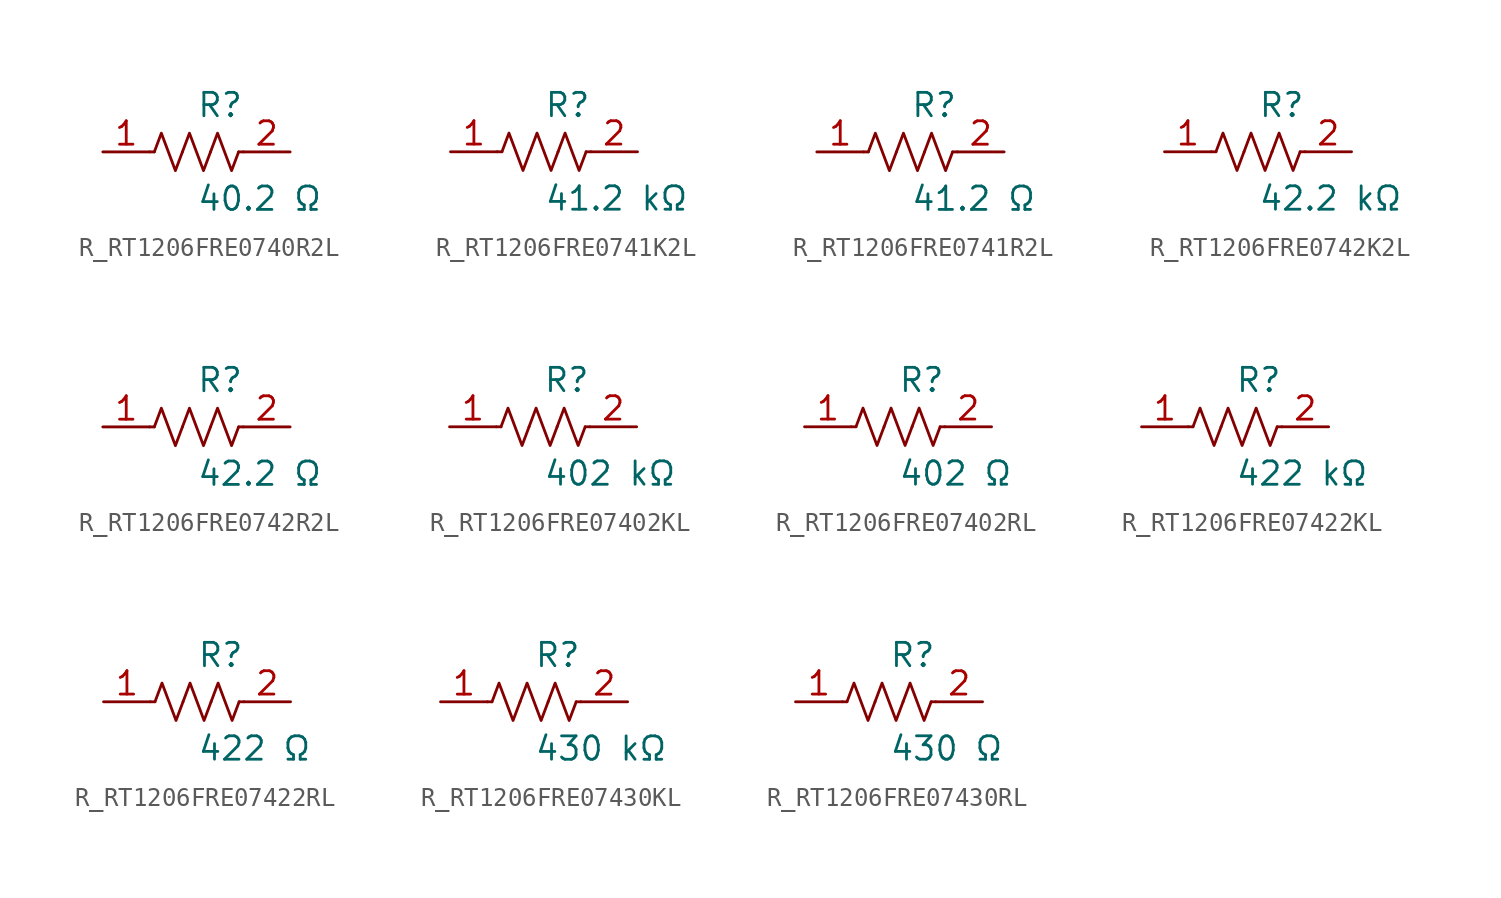
<source format=kicad_sym>
(kicad_symbol_lib
  (version 20231120)
  (generator kicad_symbol_editor)
  (generator_version 8.0)
  (symbol "R_RT1206FRE0740R2L"
    (pin_names
      (offset 0.254))
    (property "Reference" "R"
      (at 0 2.54 0)
      (effects (font (size 1.27 1.27)) (justify left)))
    (property "Value" "40.2 Ω"
      (at 0 -2.54 0)
      (effects (font (size 1.27 1.27)) (justify left)))
    (symbol "R_RT1206FRE0740R2L_0_1"
      (polyline (pts (xy 2.286 0) (xy 2.54 0)) (stroke (width 0) (type default)) (fill (type none)))
      (polyline (pts (xy -2.286 0) (xy -2.54 0)) (stroke (width 0) (type default)) (fill (type none)))
      (polyline (pts (xy 0.762 0) (xy 1.143 1.016) (xy 1.524 0) (xy 1.905 -1.016) (xy 2.286 0)) (stroke (width 0) (type default)) (fill (type none)))
      (polyline (pts (xy -0.762 0) (xy -0.381 1.016) (xy 0 0) (xy 0.381 -1.016) (xy 0.762 0)) (stroke (width 0) (type default)) (fill (type none)))
      (polyline (pts (xy -2.286 0) (xy -1.905 1.016) (xy -1.524 0) (xy -1.143 -1.016) (xy -0.762 0)) (stroke (width 0) (type default)) (fill (type none))))
    (pin unspecified line
      (at -5.08 0 0)
      (length 2.54)
      (name "" (effects (font (size 1.27 1.27))))
      (number "1" (effects (font (size 1.27 1.27)))))
    (pin unspecified line
      (at 5.08 0 180)
      (length 2.54)
      (name "" (effects (font (size 1.27 1.27))))
      (number "2" (effects (font (size 1.27 1.27))))))
  (symbol "R_RT1206FRE0741K2L"
    (pin_names
      (offset 0.254))
    (property "Reference" "R"
      (at 0 2.54 0)
      (effects (font (size 1.27 1.27)) (justify left)))
    (property "Value" "41.2 kΩ"
      (at 0 -2.54 0)
      (effects (font (size 1.27 1.27)) (justify left)))
    (symbol "R_RT1206FRE0741K2L_0_1"
      (polyline (pts (xy 2.286 0) (xy 2.54 0)) (stroke (width 0) (type default)) (fill (type none)))
      (polyline (pts (xy -2.286 0) (xy -2.54 0)) (stroke (width 0) (type default)) (fill (type none)))
      (polyline (pts (xy 0.762 0) (xy 1.143 1.016) (xy 1.524 0) (xy 1.905 -1.016) (xy 2.286 0)) (stroke (width 0) (type default)) (fill (type none)))
      (polyline (pts (xy -0.762 0) (xy -0.381 1.016) (xy 0 0) (xy 0.381 -1.016) (xy 0.762 0)) (stroke (width 0) (type default)) (fill (type none)))
      (polyline (pts (xy -2.286 0) (xy -1.905 1.016) (xy -1.524 0) (xy -1.143 -1.016) (xy -0.762 0)) (stroke (width 0) (type default)) (fill (type none))))
    (pin unspecified line
      (at -5.08 0 0)
      (length 2.54)
      (name "" (effects (font (size 1.27 1.27))))
      (number "1" (effects (font (size 1.27 1.27)))))
    (pin unspecified line
      (at 5.08 0 180)
      (length 2.54)
      (name "" (effects (font (size 1.27 1.27))))
      (number "2" (effects (font (size 1.27 1.27))))))
  (symbol "R_RT1206FRE0741R2L"
    (pin_names
      (offset 0.254))
    (property "Reference" "R"
      (at 0 2.54 0)
      (effects (font (size 1.27 1.27)) (justify left)))
    (property "Value" "41.2 Ω"
      (at 0 -2.54 0)
      (effects (font (size 1.27 1.27)) (justify left)))
    (symbol "R_RT1206FRE0741R2L_0_1"
      (polyline (pts (xy 2.286 0) (xy 2.54 0)) (stroke (width 0) (type default)) (fill (type none)))
      (polyline (pts (xy -2.286 0) (xy -2.54 0)) (stroke (width 0) (type default)) (fill (type none)))
      (polyline (pts (xy 0.762 0) (xy 1.143 1.016) (xy 1.524 0) (xy 1.905 -1.016) (xy 2.286 0)) (stroke (width 0) (type default)) (fill (type none)))
      (polyline (pts (xy -0.762 0) (xy -0.381 1.016) (xy 0 0) (xy 0.381 -1.016) (xy 0.762 0)) (stroke (width 0) (type default)) (fill (type none)))
      (polyline (pts (xy -2.286 0) (xy -1.905 1.016) (xy -1.524 0) (xy -1.143 -1.016) (xy -0.762 0)) (stroke (width 0) (type default)) (fill (type none))))
    (pin unspecified line
      (at -5.08 0 0)
      (length 2.54)
      (name "" (effects (font (size 1.27 1.27))))
      (number "1" (effects (font (size 1.27 1.27)))))
    (pin unspecified line
      (at 5.08 0 180)
      (length 2.54)
      (name "" (effects (font (size 1.27 1.27))))
      (number "2" (effects (font (size 1.27 1.27))))))
  (symbol "R_RT1206FRE0742K2L"
    (pin_names
      (offset 0.254))
    (property "Reference" "R"
      (at 0 2.54 0)
      (effects (font (size 1.27 1.27)) (justify left)))
    (property "Value" "42.2 kΩ"
      (at 0 -2.54 0)
      (effects (font (size 1.27 1.27)) (justify left)))
    (symbol "R_RT1206FRE0742K2L_0_1"
      (polyline (pts (xy 2.286 0) (xy 2.54 0)) (stroke (width 0) (type default)) (fill (type none)))
      (polyline (pts (xy -2.286 0) (xy -2.54 0)) (stroke (width 0) (type default)) (fill (type none)))
      (polyline (pts (xy 0.762 0) (xy 1.143 1.016) (xy 1.524 0) (xy 1.905 -1.016) (xy 2.286 0)) (stroke (width 0) (type default)) (fill (type none)))
      (polyline (pts (xy -0.762 0) (xy -0.381 1.016) (xy 0 0) (xy 0.381 -1.016) (xy 0.762 0)) (stroke (width 0) (type default)) (fill (type none)))
      (polyline (pts (xy -2.286 0) (xy -1.905 1.016) (xy -1.524 0) (xy -1.143 -1.016) (xy -0.762 0)) (stroke (width 0) (type default)) (fill (type none))))
    (pin unspecified line
      (at -5.08 0 0)
      (length 2.54)
      (name "" (effects (font (size 1.27 1.27))))
      (number "1" (effects (font (size 1.27 1.27)))))
    (pin unspecified line
      (at 5.08 0 180)
      (length 2.54)
      (name "" (effects (font (size 1.27 1.27))))
      (number "2" (effects (font (size 1.27 1.27))))))
  (symbol "R_RT1206FRE0742R2L"
    (pin_names
      (offset 0.254))
    (property "Reference" "R"
      (at 0 2.54 0)
      (effects (font (size 1.27 1.27)) (justify left)))
    (property "Value" "42.2 Ω"
      (at 0 -2.54 0)
      (effects (font (size 1.27 1.27)) (justify left)))
    (symbol "R_RT1206FRE0742R2L_0_1"
      (polyline (pts (xy 2.286 0) (xy 2.54 0)) (stroke (width 0) (type default)) (fill (type none)))
      (polyline (pts (xy -2.286 0) (xy -2.54 0)) (stroke (width 0) (type default)) (fill (type none)))
      (polyline (pts (xy 0.762 0) (xy 1.143 1.016) (xy 1.524 0) (xy 1.905 -1.016) (xy 2.286 0)) (stroke (width 0) (type default)) (fill (type none)))
      (polyline (pts (xy -0.762 0) (xy -0.381 1.016) (xy 0 0) (xy 0.381 -1.016) (xy 0.762 0)) (stroke (width 0) (type default)) (fill (type none)))
      (polyline (pts (xy -2.286 0) (xy -1.905 1.016) (xy -1.524 0) (xy -1.143 -1.016) (xy -0.762 0)) (stroke (width 0) (type default)) (fill (type none))))
    (pin unspecified line
      (at -5.08 0 0)
      (length 2.54)
      (name "" (effects (font (size 1.27 1.27))))
      (number "1" (effects (font (size 1.27 1.27)))))
    (pin unspecified line
      (at 5.08 0 180)
      (length 2.54)
      (name "" (effects (font (size 1.27 1.27))))
      (number "2" (effects (font (size 1.27 1.27))))))
  (symbol "R_RT1206FRE07402KL"
    (pin_names
      (offset 0.254))
    (property "Reference" "R"
      (at 0 2.54 0)
      (effects (font (size 1.27 1.27)) (justify left)))
    (property "Value" "402 kΩ"
      (at 0 -2.54 0)
      (effects (font (size 1.27 1.27)) (justify left)))
    (symbol "R_RT1206FRE07402KL_0_1"
      (polyline (pts (xy 2.286 0) (xy 2.54 0)) (stroke (width 0) (type default)) (fill (type none)))
      (polyline (pts (xy -2.286 0) (xy -2.54 0)) (stroke (width 0) (type default)) (fill (type none)))
      (polyline (pts (xy 0.762 0) (xy 1.143 1.016) (xy 1.524 0) (xy 1.905 -1.016) (xy 2.286 0)) (stroke (width 0) (type default)) (fill (type none)))
      (polyline (pts (xy -0.762 0) (xy -0.381 1.016) (xy 0 0) (xy 0.381 -1.016) (xy 0.762 0)) (stroke (width 0) (type default)) (fill (type none)))
      (polyline (pts (xy -2.286 0) (xy -1.905 1.016) (xy -1.524 0) (xy -1.143 -1.016) (xy -0.762 0)) (stroke (width 0) (type default)) (fill (type none))))
    (pin unspecified line
      (at -5.08 0 0)
      (length 2.54)
      (name "" (effects (font (size 1.27 1.27))))
      (number "1" (effects (font (size 1.27 1.27)))))
    (pin unspecified line
      (at 5.08 0 180)
      (length 2.54)
      (name "" (effects (font (size 1.27 1.27))))
      (number "2" (effects (font (size 1.27 1.27))))))
  (symbol "R_RT1206FRE07402RL"
    (pin_names
      (offset 0.254))
    (property "Reference" "R"
      (at 0 2.54 0)
      (effects (font (size 1.27 1.27)) (justify left)))
    (property "Value" "402 Ω"
      (at 0 -2.54 0)
      (effects (font (size 1.27 1.27)) (justify left)))
    (symbol "R_RT1206FRE07402RL_0_1"
      (polyline (pts (xy 2.286 0) (xy 2.54 0)) (stroke (width 0) (type default)) (fill (type none)))
      (polyline (pts (xy -2.286 0) (xy -2.54 0)) (stroke (width 0) (type default)) (fill (type none)))
      (polyline (pts (xy 0.762 0) (xy 1.143 1.016) (xy 1.524 0) (xy 1.905 -1.016) (xy 2.286 0)) (stroke (width 0) (type default)) (fill (type none)))
      (polyline (pts (xy -0.762 0) (xy -0.381 1.016) (xy 0 0) (xy 0.381 -1.016) (xy 0.762 0)) (stroke (width 0) (type default)) (fill (type none)))
      (polyline (pts (xy -2.286 0) (xy -1.905 1.016) (xy -1.524 0) (xy -1.143 -1.016) (xy -0.762 0)) (stroke (width 0) (type default)) (fill (type none))))
    (pin unspecified line
      (at -5.08 0 0)
      (length 2.54)
      (name "" (effects (font (size 1.27 1.27))))
      (number "1" (effects (font (size 1.27 1.27)))))
    (pin unspecified line
      (at 5.08 0 180)
      (length 2.54)
      (name "" (effects (font (size 1.27 1.27))))
      (number "2" (effects (font (size 1.27 1.27))))))
  (symbol "R_RT1206FRE07422KL"
    (pin_names
      (offset 0.254))
    (property "Reference" "R"
      (at 0 2.54 0)
      (effects (font (size 1.27 1.27)) (justify left)))
    (property "Value" "422 kΩ"
      (at 0 -2.54 0)
      (effects (font (size 1.27 1.27)) (justify left)))
    (symbol "R_RT1206FRE07422KL_0_1"
      (polyline (pts (xy 2.286 0) (xy 2.54 0)) (stroke (width 0) (type default)) (fill (type none)))
      (polyline (pts (xy -2.286 0) (xy -2.54 0)) (stroke (width 0) (type default)) (fill (type none)))
      (polyline (pts (xy 0.762 0) (xy 1.143 1.016) (xy 1.524 0) (xy 1.905 -1.016) (xy 2.286 0)) (stroke (width 0) (type default)) (fill (type none)))
      (polyline (pts (xy -0.762 0) (xy -0.381 1.016) (xy 0 0) (xy 0.381 -1.016) (xy 0.762 0)) (stroke (width 0) (type default)) (fill (type none)))
      (polyline (pts (xy -2.286 0) (xy -1.905 1.016) (xy -1.524 0) (xy -1.143 -1.016) (xy -0.762 0)) (stroke (width 0) (type default)) (fill (type none))))
    (pin unspecified line
      (at -5.08 0 0)
      (length 2.54)
      (name "" (effects (font (size 1.27 1.27))))
      (number "1" (effects (font (size 1.27 1.27)))))
    (pin unspecified line
      (at 5.08 0 180)
      (length 2.54)
      (name "" (effects (font (size 1.27 1.27))))
      (number "2" (effects (font (size 1.27 1.27))))))
  (symbol "R_RT1206FRE07422RL"
    (pin_names
      (offset 0.254))
    (property "Reference" "R"
      (at 0 2.54 0)
      (effects (font (size 1.27 1.27)) (justify left)))
    (property "Value" "422 Ω"
      (at 0 -2.54 0)
      (effects (font (size 1.27 1.27)) (justify left)))
    (symbol "R_RT1206FRE07422RL_0_1"
      (polyline (pts (xy 2.286 0) (xy 2.54 0)) (stroke (width 0) (type default)) (fill (type none)))
      (polyline (pts (xy -2.286 0) (xy -2.54 0)) (stroke (width 0) (type default)) (fill (type none)))
      (polyline (pts (xy 0.762 0) (xy 1.143 1.016) (xy 1.524 0) (xy 1.905 -1.016) (xy 2.286 0)) (stroke (width 0) (type default)) (fill (type none)))
      (polyline (pts (xy -0.762 0) (xy -0.381 1.016) (xy 0 0) (xy 0.381 -1.016) (xy 0.762 0)) (stroke (width 0) (type default)) (fill (type none)))
      (polyline (pts (xy -2.286 0) (xy -1.905 1.016) (xy -1.524 0) (xy -1.143 -1.016) (xy -0.762 0)) (stroke (width 0) (type default)) (fill (type none))))
    (pin unspecified line
      (at -5.08 0 0)
      (length 2.54)
      (name "" (effects (font (size 1.27 1.27))))
      (number "1" (effects (font (size 1.27 1.27)))))
    (pin unspecified line
      (at 5.08 0 180)
      (length 2.54)
      (name "" (effects (font (size 1.27 1.27))))
      (number "2" (effects (font (size 1.27 1.27))))))
  (symbol "R_RT1206FRE07430KL"
    (pin_names
      (offset 0.254))
    (property "Reference" "R"
      (at 0 2.54 0)
      (effects (font (size 1.27 1.27)) (justify left)))
    (property "Value" "430 kΩ"
      (at 0 -2.54 0)
      (effects (font (size 1.27 1.27)) (justify left)))
    (symbol "R_RT1206FRE07430KL_0_1"
      (polyline (pts (xy 2.286 0) (xy 2.54 0)) (stroke (width 0) (type default)) (fill (type none)))
      (polyline (pts (xy -2.286 0) (xy -2.54 0)) (stroke (width 0) (type default)) (fill (type none)))
      (polyline (pts (xy 0.762 0) (xy 1.143 1.016) (xy 1.524 0) (xy 1.905 -1.016) (xy 2.286 0)) (stroke (width 0) (type default)) (fill (type none)))
      (polyline (pts (xy -0.762 0) (xy -0.381 1.016) (xy 0 0) (xy 0.381 -1.016) (xy 0.762 0)) (stroke (width 0) (type default)) (fill (type none)))
      (polyline (pts (xy -2.286 0) (xy -1.905 1.016) (xy -1.524 0) (xy -1.143 -1.016) (xy -0.762 0)) (stroke (width 0) (type default)) (fill (type none))))
    (pin unspecified line
      (at -5.08 0 0)
      (length 2.54)
      (name "" (effects (font (size 1.27 1.27))))
      (number "1" (effects (font (size 1.27 1.27)))))
    (pin unspecified line
      (at 5.08 0 180)
      (length 2.54)
      (name "" (effects (font (size 1.27 1.27))))
      (number "2" (effects (font (size 1.27 1.27))))))
  (symbol "R_RT1206FRE07430RL"
    (pin_names
      (offset 0.254))
    (property "Reference" "R"
      (at 0 2.54 0)
      (effects (font (size 1.27 1.27)) (justify left)))
    (property "Value" "430 Ω"
      (at 0 -2.54 0)
      (effects (font (size 1.27 1.27)) (justify left)))
    (symbol "R_RT1206FRE07430RL_0_1"
      (polyline (pts (xy 2.286 0) (xy 2.54 0)) (stroke (width 0) (type default)) (fill (type none)))
      (polyline (pts (xy -2.286 0) (xy -2.54 0)) (stroke (width 0) (type default)) (fill (type none)))
      (polyline (pts (xy 0.762 0) (xy 1.143 1.016) (xy 1.524 0) (xy 1.905 -1.016) (xy 2.286 0)) (stroke (width 0) (type default)) (fill (type none)))
      (polyline (pts (xy -0.762 0) (xy -0.381 1.016) (xy 0 0) (xy 0.381 -1.016) (xy 0.762 0)) (stroke (width 0) (type default)) (fill (type none)))
      (polyline (pts (xy -2.286 0) (xy -1.905 1.016) (xy -1.524 0) (xy -1.143 -1.016) (xy -0.762 0)) (stroke (width 0) (type default)) (fill (type none))))
    (pin unspecified line
      (at -5.08 0 0)
      (length 2.54)
      (name "" (effects (font (size 1.27 1.27))))
      (number "1" (effects (font (size 1.27 1.27)))))
    (pin unspecified line
      (at 5.08 0 180)
      (length 2.54)
      (name "" (effects (font (size 1.27 1.27))))
      (number "2" (effects (font (size 1.27 1.27)))))))
</source>
